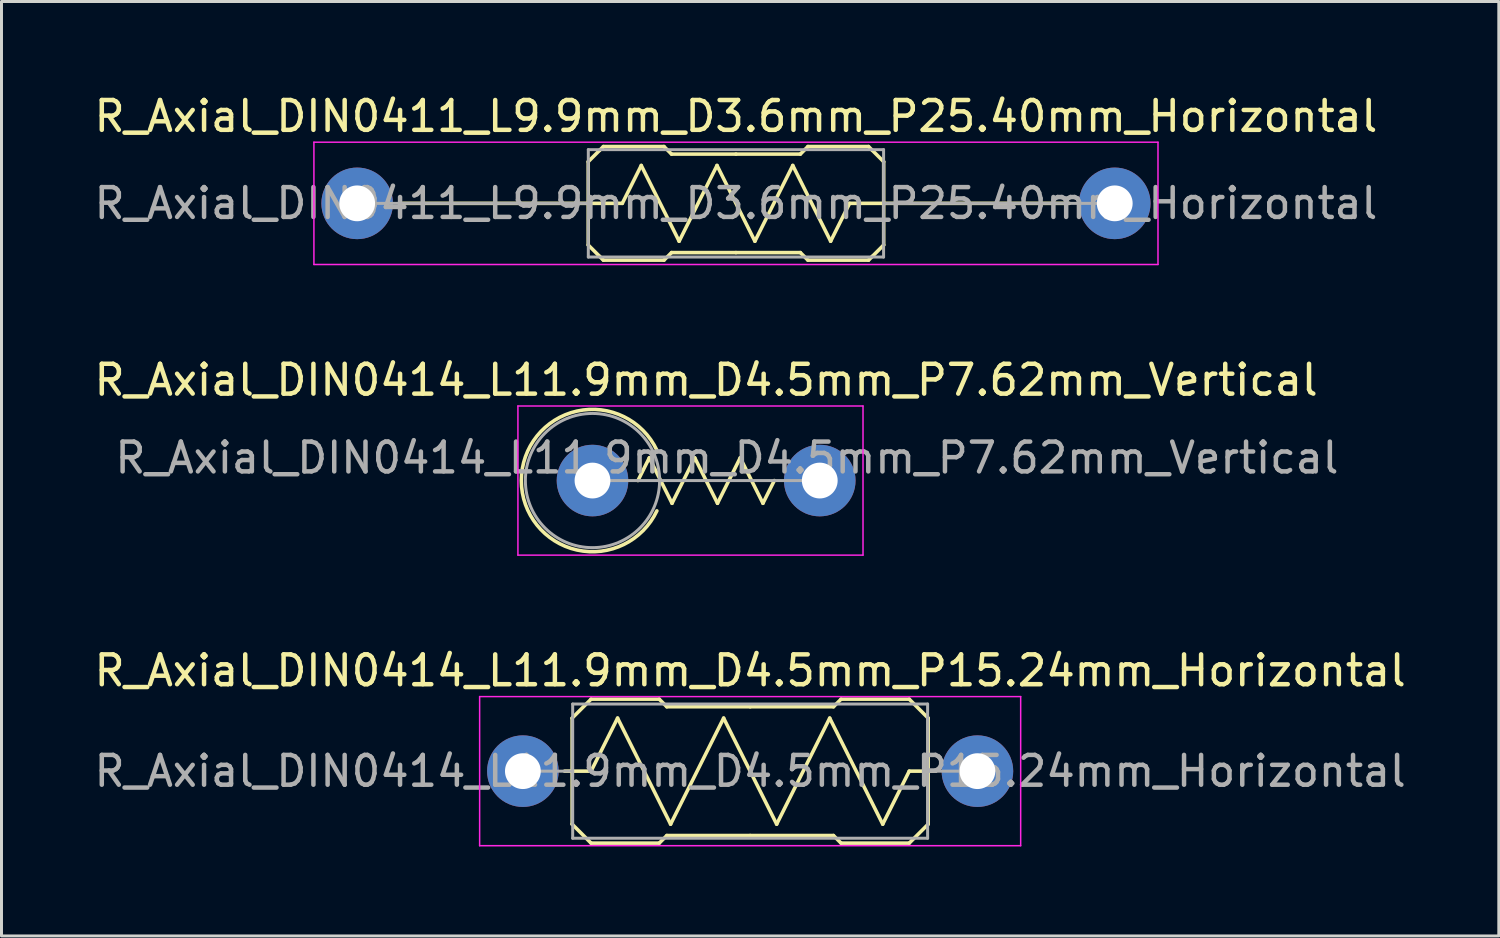
<source format=kicad_pcb>
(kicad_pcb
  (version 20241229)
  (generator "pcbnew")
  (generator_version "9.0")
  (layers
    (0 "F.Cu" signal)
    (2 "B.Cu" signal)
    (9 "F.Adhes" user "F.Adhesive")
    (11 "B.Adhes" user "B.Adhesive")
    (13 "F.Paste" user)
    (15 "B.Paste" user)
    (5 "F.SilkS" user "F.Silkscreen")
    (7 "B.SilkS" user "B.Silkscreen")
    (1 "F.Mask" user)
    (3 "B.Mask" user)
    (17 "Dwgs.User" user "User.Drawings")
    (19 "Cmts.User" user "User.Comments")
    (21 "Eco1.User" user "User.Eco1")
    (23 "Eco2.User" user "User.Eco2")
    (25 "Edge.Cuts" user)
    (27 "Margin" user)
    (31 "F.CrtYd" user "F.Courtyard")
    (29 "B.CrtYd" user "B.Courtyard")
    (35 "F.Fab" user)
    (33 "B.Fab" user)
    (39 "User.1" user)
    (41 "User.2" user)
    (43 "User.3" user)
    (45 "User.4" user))
  (footprint "R_Axial_DIN0414_L11.9mm_D4.5mm_P7.62mm_Vertical"
    (layer "F.Cu")
    (at 16.815 13.062)
    (property "Reference" "R_Axial_DIN0414_L11.9mm_D4.5mm_P7.62mm_Vertical" (at 3.81 -3.37 0) (layer "F.SilkS") (effects (font (size 1 1) (thickness 0.15))))
    (attr through_hole)
    (fp_line (start 1.524 0) (end 1.905 -0.762) (stroke (width 0.12) (type solid)) (layer "F.SilkS"))
    (fp_line (start 1.905 -0.762) (end 2.667 0.762) (stroke (width 0.12) (type solid)) (layer "F.SilkS"))
    (fp_line (start 2.667 0.762) (end 3.429 -0.762) (stroke (width 0.12) (type solid)) (layer "F.SilkS"))
    (fp_line (start 3.429 -0.762) (end 4.191 0.762) (stroke (width 0.12) (type solid)) (layer "F.SilkS"))
    (fp_line (start 4.191 0.762) (end 4.953 -0.762) (stroke (width 0.12) (type solid)) (layer "F.SilkS"))
    (fp_line (start 4.953 -0.762) (end 5.715 0.762) (stroke (width 0.12) (type solid)) (layer "F.SilkS"))
    (fp_line (start 5.715 0.762) (end 6.096 0) (stroke (width 0.12) (type solid)) (layer "F.SilkS"))
    (fp_arc (start 2.159 1.016) (mid -2.386113 0) (end 2.159 -1.016) (stroke (width 0.12) (type solid)) (layer "F.SilkS"))
    (fp_line (start -2.5 -2.5) (end -2.5 2.5) (stroke (width 0.05) (type solid)) (layer "F.CrtYd"))
    (fp_line (start -2.5 2.5) (end 9.07 2.5) (stroke (width 0.05) (type solid)) (layer "F.CrtYd"))
    (fp_line (start 9.07 -2.5) (end -2.5 -2.5) (stroke (width 0.05) (type solid)) (layer "F.CrtYd"))
    (fp_line (start 9.07 2.5) (end 9.07 -2.5) (stroke (width 0.05) (type solid)) (layer "F.CrtYd"))
    (fp_line (start 0 0) (end 7.62 0) (stroke (width 0.1) (type solid)) (layer "F.Fab"))
    (fp_circle (center 0 0) (end 2.25 0) (stroke (width 0.1) (type solid)) (fill no) (layer "F.Fab"))
    (fp_text user "${REFERENCE}" (at 4.508 -0.762 0) (layer "F.Fab") (effects (font (size 1 1) (thickness 0.15))))
    (pad "1" thru_hole circle (at 0 0) (size 2.4 2.4) (drill 1.2) (layers "*.Cu" "*.Mask"))
    (pad "2" thru_hole oval (at 7.62 0) (size 2.4 2.4) (drill 1.2) (layers "*.Cu" "*.Mask")))
  (footprint "R_Axial_DIN0414_L11.9mm_D4.5mm_P15.24mm_Horizontal"
    (layer "F.Cu")
    (at 14.481 22.805)
    (property "Reference" "R_Axial_DIN0414_L11.9mm_D4.5mm_P15.24mm_Horizontal" (at 7.62 -3.37 0) (layer "F.SilkS") (effects (font (size 1 1) (thickness 0.15))))
    (attr through_hole)
    (fp_line (start 1.651 -1.778) (end 2.286 -2.413) (stroke (width 0.12) (type solid)) (layer "F.SilkS"))
    (fp_line (start 1.651 0) (end 1.397 0) (stroke (width 0.12) (type solid)) (layer "F.SilkS"))
    (fp_line (start 1.651 1.778) (end 1.651 -1.778) (stroke (width 0.12) (type solid)) (layer "F.SilkS"))
    (fp_line (start 1.651 1.778) (end 2.286 2.413) (stroke (width 0.12) (type solid)) (layer "F.SilkS"))
    (fp_line (start 2.286 -2.413) (end 4.572 -2.413) (stroke (width 0.12) (type solid)) (layer "F.SilkS"))
    (fp_line (start 2.286 0) (end 1.651 0) (stroke (width 0.12) (type solid)) (layer "F.SilkS"))
    (fp_line (start 2.286 0) (end 3.175 -1.778) (stroke (width 0.12) (type solid)) (layer "F.SilkS"))
    (fp_line (start 2.286 2.413) (end 4.572 2.413) (stroke (width 0.12) (type solid)) (layer "F.SilkS"))
    (fp_line (start 3.175 -1.778) (end 4.953 1.778) (stroke (width 0.12) (type solid)) (layer "F.SilkS"))
    (fp_line (start 4.572 -2.413) (end 4.826 -2.159) (stroke (width 0.12) (type solid)) (layer "F.SilkS"))
    (fp_line (start 4.572 2.413) (end 4.826 2.159) (stroke (width 0.12) (type solid)) (layer "F.SilkS"))
    (fp_line (start 4.826 -2.159) (end 7.62 -2.159) (stroke (width 0.12) (type solid)) (layer "F.SilkS"))
    (fp_line (start 4.826 2.159) (end 7.62 2.159) (stroke (width 0.12) (type solid)) (layer "F.SilkS"))
    (fp_line (start 4.953 1.778) (end 6.731 -1.778) (stroke (width 0.12) (type solid)) (layer "F.SilkS"))
    (fp_line (start 6.731 -1.778) (end 8.509 1.778) (stroke (width 0.12) (type solid)) (layer "F.SilkS"))
    (fp_line (start 8.509 1.778) (end 10.287 -1.778) (stroke (width 0.12) (type solid)) (layer "F.SilkS"))
    (fp_line (start 10.287 -1.778) (end 12.065 1.778) (stroke (width 0.12) (type solid)) (layer "F.SilkS"))
    (fp_line (start 10.414 -2.159) (end 7.62 -2.159) (stroke (width 0.12) (type solid)) (layer "F.SilkS"))
    (fp_line (start 10.414 2.159) (end 7.62 2.159) (stroke (width 0.12) (type solid)) (layer "F.SilkS"))
    (fp_line (start 10.668 -2.413) (end 10.414 -2.159) (stroke (width 0.12) (type solid)) (layer "F.SilkS"))
    (fp_line (start 10.668 2.413) (end 10.414 2.159) (stroke (width 0.12) (type solid)) (layer "F.SilkS"))
    (fp_line (start 12.065 1.778) (end 12.954 0) (stroke (width 0.12) (type solid)) (layer "F.SilkS"))
    (fp_line (start 12.954 -2.413) (end 10.668 -2.413) (stroke (width 0.12) (type solid)) (layer "F.SilkS"))
    (fp_line (start 12.954 0) (end 13.589 0) (stroke (width 0.12) (type solid)) (layer "F.SilkS"))
    (fp_line (start 12.954 2.413) (end 10.668 2.413) (stroke (width 0.12) (type solid)) (layer "F.SilkS"))
    (fp_line (start 13.589 -1.778) (end 12.954 -2.413) (stroke (width 0.12) (type solid)) (layer "F.SilkS"))
    (fp_line (start 13.589 0) (end 13.843 0) (stroke (width 0.12) (type solid)) (layer "F.SilkS"))
    (fp_line (start 13.589 1.778) (end 12.954 2.413) (stroke (width 0.12) (type solid)) (layer "F.SilkS"))
    (fp_line (start 13.589 1.778) (end 13.589 -1.778) (stroke (width 0.12) (type solid)) (layer "F.SilkS"))
    (fp_line (start -1.45 -2.5) (end -1.45 2.5) (stroke (width 0.05) (type solid)) (layer "F.CrtYd"))
    (fp_line (start -1.45 2.5) (end 16.69 2.5) (stroke (width 0.05) (type solid)) (layer "F.CrtYd"))
    (fp_line (start 16.69 -2.5) (end -1.45 -2.5) (stroke (width 0.05) (type solid)) (layer "F.CrtYd"))
    (fp_line (start 16.69 2.5) (end 16.69 -2.5) (stroke (width 0.05) (type solid)) (layer "F.CrtYd"))
    (fp_line (start 0 0) (end 1.67 0) (stroke (width 0.1) (type solid)) (layer "F.Fab"))
    (fp_line (start 1.67 -2.25) (end 1.67 2.25) (stroke (width 0.1) (type solid)) (layer "F.Fab"))
    (fp_line (start 1.67 2.25) (end 13.57 2.25) (stroke (width 0.1) (type solid)) (layer "F.Fab"))
    (fp_line (start 13.57 -2.25) (end 1.67 -2.25) (stroke (width 0.1) (type solid)) (layer "F.Fab"))
    (fp_line (start 13.57 2.25) (end 13.57 -2.25) (stroke (width 0.1) (type solid)) (layer "F.Fab"))
    (fp_line (start 15.24 0) (end 13.57 0) (stroke (width 0.1) (type solid)) (layer "F.Fab"))
    (fp_text user "${REFERENCE}" (at 7.62 0 0) (layer "F.Fab") (effects (font (size 1 1) (thickness 0.15))))
    (pad "1" thru_hole circle (at 0 0) (size 2.4 2.4) (drill 1.2) (layers "*.Cu" "*.Mask"))
    (pad "2" thru_hole oval (at 15.24 0) (size 2.4 2.4) (drill 1.2) (layers "*.Cu" "*.Mask")))
  (footprint "R_Axial_DIN0411_L9.9mm_D3.6mm_P25.40mm_Horizontal"
    (layer "F.Cu")
    (at 8.925 3.768)
    (property "Reference" "R_Axial_DIN0411_L9.9mm_D3.6mm_P25.40mm_Horizontal" (at 12.7 -2.92 0) (layer "F.SilkS") (effects (font (size 1 1) (thickness 0.15))))
    (attr through_hole)
    (fp_line (start 7.747 -1.397) (end 8.128 -1.778) (stroke (width 0.12) (type solid)) (layer "F.SilkS"))
    (fp_line (start 7.747 0) (end 1.524 0) (stroke (width 0.12) (type solid)) (layer "F.SilkS"))
    (fp_line (start 7.747 1.397) (end 7.747 -1.397) (stroke (width 0.12) (type solid)) (layer "F.SilkS"))
    (fp_line (start 7.747 1.397) (end 8.128 1.778) (stroke (width 0.12) (type solid)) (layer "F.SilkS"))
    (fp_line (start 8.128 -1.778) (end 8.255 -1.905) (stroke (width 0.12) (type solid)) (layer "F.SilkS"))
    (fp_line (start 8.128 1.778) (end 8.255 1.905) (stroke (width 0.12) (type solid)) (layer "F.SilkS"))
    (fp_line (start 8.255 -1.905) (end 10.287 -1.905) (stroke (width 0.12) (type solid)) (layer "F.SilkS"))
    (fp_line (start 8.255 1.905) (end 10.287 1.905) (stroke (width 0.12) (type solid)) (layer "F.SilkS"))
    (fp_line (start 8.89 0) (end 7.747 0) (stroke (width 0.12) (type solid)) (layer "F.SilkS"))
    (fp_line (start 8.89 0) (end 9.525 -1.27) (stroke (width 0.12) (type solid)) (layer "F.SilkS"))
    (fp_line (start 9.525 -1.27) (end 10.795 1.27) (stroke (width 0.12) (type solid)) (layer "F.SilkS"))
    (fp_line (start 10.287 -1.905) (end 10.541 -1.651) (stroke (width 0.12) (type solid)) (layer "F.SilkS"))
    (fp_line (start 10.287 1.905) (end 10.541 1.651) (stroke (width 0.12) (type solid)) (layer "F.SilkS"))
    (fp_line (start 10.541 -1.651) (end 12.7 -1.651) (stroke (width 0.12) (type solid)) (layer "F.SilkS"))
    (fp_line (start 10.541 1.651) (end 12.7 1.651) (stroke (width 0.12) (type solid)) (layer "F.SilkS"))
    (fp_line (start 10.795 1.27) (end 12.065 -1.27) (stroke (width 0.12) (type solid)) (layer "F.SilkS"))
    (fp_line (start 12.065 -1.27) (end 13.335 1.27) (stroke (width 0.12) (type solid)) (layer "F.SilkS"))
    (fp_line (start 13.335 1.27) (end 14.605 -1.27) (stroke (width 0.12) (type solid)) (layer "F.SilkS"))
    (fp_line (start 14.605 -1.27) (end 15.875 1.27) (stroke (width 0.12) (type solid)) (layer "F.SilkS"))
    (fp_line (start 14.859 -1.651) (end 12.7 -1.651) (stroke (width 0.12) (type solid)) (layer "F.SilkS"))
    (fp_line (start 14.859 1.651) (end 12.7 1.651) (stroke (width 0.12) (type solid)) (layer "F.SilkS"))
    (fp_line (start 15.113 -1.905) (end 14.859 -1.651) (stroke (width 0.12) (type solid)) (layer "F.SilkS"))
    (fp_line (start 15.113 1.905) (end 14.859 1.651) (stroke (width 0.12) (type solid)) (layer "F.SilkS"))
    (fp_line (start 15.875 1.27) (end 16.51 0) (stroke (width 0.12) (type solid)) (layer "F.SilkS"))
    (fp_line (start 16.51 0) (end 17.653 0) (stroke (width 0.12) (type solid)) (layer "F.SilkS"))
    (fp_line (start 17.145 -1.905) (end 15.113 -1.905) (stroke (width 0.12) (type solid)) (layer "F.SilkS"))
    (fp_line (start 17.145 1.905) (end 15.113 1.905) (stroke (width 0.12) (type solid)) (layer "F.SilkS"))
    (fp_line (start 17.272 -1.778) (end 17.145 -1.905) (stroke (width 0.12) (type solid)) (layer "F.SilkS"))
    (fp_line (start 17.272 1.778) (end 17.145 1.905) (stroke (width 0.12) (type solid)) (layer "F.SilkS"))
    (fp_line (start 17.653 -1.397) (end 17.272 -1.778) (stroke (width 0.12) (type solid)) (layer "F.SilkS"))
    (fp_line (start 17.653 0) (end 23.876 0) (stroke (width 0.12) (type solid)) (layer "F.SilkS"))
    (fp_line (start 17.653 1.397) (end 17.272 1.778) (stroke (width 0.12) (type solid)) (layer "F.SilkS"))
    (fp_line (start 17.653 1.397) (end 17.653 -1.397) (stroke (width 0.12) (type solid)) (layer "F.SilkS"))
    (fp_line (start -1.45 -2.05) (end -1.45 2.05) (stroke (width 0.05) (type solid)) (layer "F.CrtYd"))
    (fp_line (start -1.45 2.05) (end 26.85 2.05) (stroke (width 0.05) (type solid)) (layer "F.CrtYd"))
    (fp_line (start 26.85 -2.05) (end -1.45 -2.05) (stroke (width 0.05) (type solid)) (layer "F.CrtYd"))
    (fp_line (start 26.85 2.05) (end 26.85 -2.05) (stroke (width 0.05) (type solid)) (layer "F.CrtYd"))
    (fp_line (start 0 0) (end 7.75 0) (stroke (width 0.1) (type solid)) (layer "F.Fab"))
    (fp_line (start 7.75 -1.8) (end 7.75 1.8) (stroke (width 0.1) (type solid)) (layer "F.Fab"))
    (fp_line (start 7.75 1.8) (end 17.65 1.8) (stroke (width 0.1) (type solid)) (layer "F.Fab"))
    (fp_line (start 17.65 -1.8) (end 7.75 -1.8) (stroke (width 0.1) (type solid)) (layer "F.Fab"))
    (fp_line (start 17.65 1.8) (end 17.65 -1.8) (stroke (width 0.1) (type solid)) (layer "F.Fab"))
    (fp_line (start 25.4 0) (end 17.65 0) (stroke (width 0.1) (type solid)) (layer "F.Fab"))
    (fp_text user "${REFERENCE}" (at 12.7 0 0) (layer "F.Fab") (effects (font (size 1 1) (thickness 0.15))))
    (pad "1" thru_hole circle (at 0 0) (size 2.4 2.4) (drill 1.2) (layers "*.Cu" "*.Mask"))
    (pad "2" thru_hole oval (at 25.4 0) (size 2.4 2.4) (drill 1.2) (layers "*.Cu" "*.Mask")))
  (gr_rect
    (start -3 -3)
    (end 47.202 28.33)
    (stroke (width 0.1) (type default))
    (fill no)
    (layer "Edge.Cuts")))
</source>
